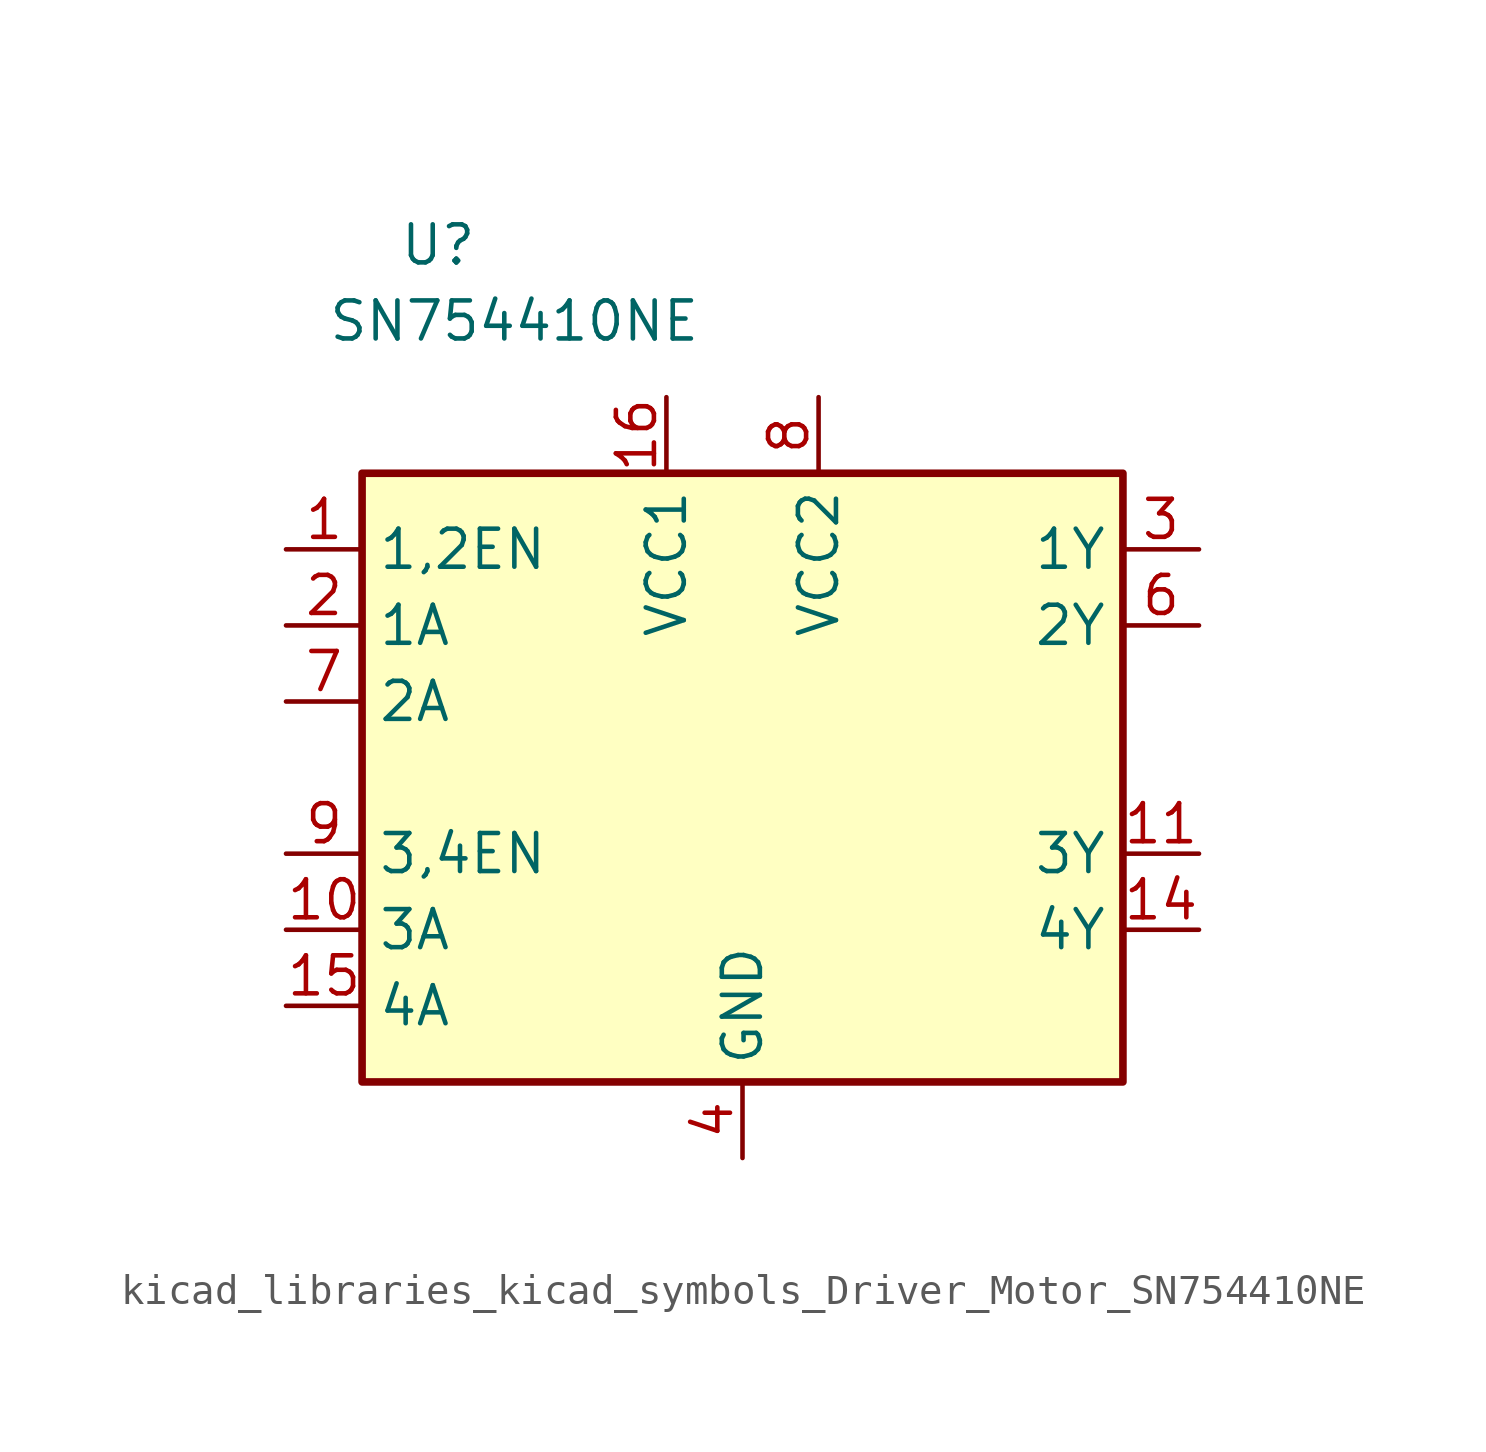
<source format=kicad_sym>
(kicad_symbol_lib
  (version 20220914)
  (generator kicad_symbol_editor)
  (symbol "kicad_libraries_kicad_symbols_Driver_Motor_SN754410NE"
    (property "Reference" "U"
      (at -10.16 17.78 0)
      (effects (font (size 1.27 1.27))))
    (property "Value" "SN754410NE"
      (at -7.62 15.24 0)
      (effects (font (size 1.27 1.27))))
    (symbol "kicad_libraries_kicad_symbols_Driver_Motor_SN754410NE_0_1"
      (rectangle (start -12.7 10.16) (end 12.7 -10.16) (stroke (width 0.254) (type default)) (fill (type background))))
    (symbol "kicad_libraries_kicad_symbols_Driver_Motor_SN754410NE_1_1"
      (pin input line (at -15.24 7.62 0) (length 2.54) (name "1,2EN" (effects (font (size 1.27 1.27)))) (number "1" (effects (font (size 1.27 1.27)))))
      (pin input line (at -15.24 -5.08 0) (length 2.54) (name "3A" (effects (font (size 1.27 1.27)))) (number "10" (effects (font (size 1.27 1.27)))))
      (pin output line (at 15.24 -2.54 180) (length 2.54) (name "3Y" (effects (font (size 1.27 1.27)))) (number "11" (effects (font (size 1.27 1.27)))))
      (pin passive line (at 0 -12.7 90) (length 2.54) hide (name "GND" (effects (font (size 1.27 1.27)))) (number "12" (effects (font (size 1.27 1.27)))))
      (pin passive line (at 0 -12.7 90) (length 2.54) hide (name "GND" (effects (font (size 1.27 1.27)))) (number "13" (effects (font (size 1.27 1.27)))))
      (pin output line (at 15.24 -5.08 180) (length 2.54) (name "4Y" (effects (font (size 1.27 1.27)))) (number "14" (effects (font (size 1.27 1.27)))))
      (pin input line (at -15.24 -7.62 0) (length 2.54) (name "4A" (effects (font (size 1.27 1.27)))) (number "15" (effects (font (size 1.27 1.27)))))
      (pin power_in line (at -2.54 12.7 270) (length 2.54) (name "VCC1" (effects (font (size 1.27 1.27)))) (number "16" (effects (font (size 1.27 1.27)))))
      (pin input line (at -15.24 5.08 0) (length 2.54) (name "1A" (effects (font (size 1.27 1.27)))) (number "2" (effects (font (size 1.27 1.27)))))
      (pin output line (at 15.24 7.62 180) (length 2.54) (name "1Y" (effects (font (size 1.27 1.27)))) (number "3" (effects (font (size 1.27 1.27)))))
      (pin power_in line (at 0 -12.7 90) (length 2.54) (name "GND" (effects (font (size 1.27 1.27)))) (number "4" (effects (font (size 1.27 1.27)))))
      (pin passive line (at 0 -12.7 90) (length 2.54) hide (name "GND" (effects (font (size 1.27 1.27)))) (number "5" (effects (font (size 1.27 1.27)))))
      (pin output line (at 15.24 5.08 180) (length 2.54) (name "2Y" (effects (font (size 1.27 1.27)))) (number "6" (effects (font (size 1.27 1.27)))))
      (pin input line (at -15.24 2.54 0) (length 2.54) (name "2A" (effects (font (size 1.27 1.27)))) (number "7" (effects (font (size 1.27 1.27)))))
      (pin power_in line (at 2.54 12.7 270) (length 2.54) (name "VCC2" (effects (font (size 1.27 1.27)))) (number "8" (effects (font (size 1.27 1.27)))))
      (pin input line (at -15.24 -2.54 0) (length 2.54) (name "3,4EN" (effects (font (size 1.27 1.27)))) (number "9" (effects (font (size 1.27 1.27))))))))
</source>
